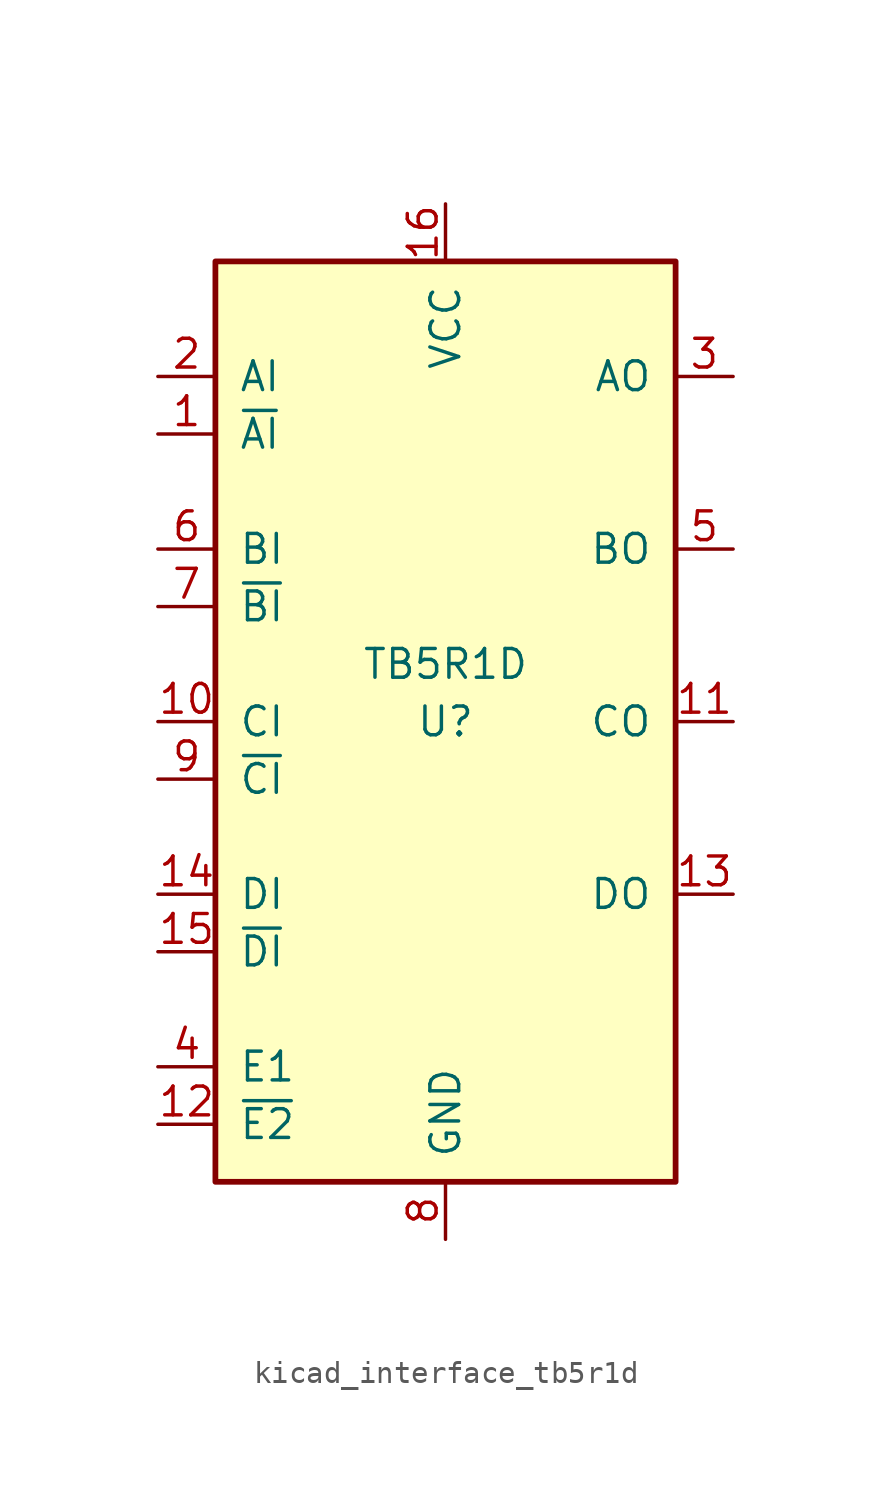
<source format=kicad_sym>
(kicad_symbol_lib
  (version 20220914)
  (generator kicad_symbol_editor)
  (symbol "kicad_interface_tb5r1d"
    (pin_names
      (offset 1.016))
    (property "Reference" "U"
      (at 0 0 0)
      (effects (font (size 1.27 1.27))))
    (property "Value" "TB5R1D"
      (at 0 2.54 0)
      (effects (font (size 1.27 1.27))))
    (symbol "kicad_interface_tb5r1d_0_1"
      (rectangle (start 10.16 -20.32) (end -10.16 20.32) (stroke (width 0.254) (type default)) (fill (type background))))
    (symbol "kicad_interface_tb5r1d_1_1"
      (pin input line (at -12.7 12.7 0) (length 2.54) (name "~{AI}" (effects (font (size 1.27 1.27)))) (number "1" (effects (font (size 1.27 1.27)))))
      (pin input line (at -12.7 0 0) (length 2.54) (name "CI" (effects (font (size 1.27 1.27)))) (number "10" (effects (font (size 1.27 1.27)))))
      (pin output line (at 12.7 0 180) (length 2.54) (name "CO" (effects (font (size 1.27 1.27)))) (number "11" (effects (font (size 1.27 1.27)))))
      (pin input line (at -12.7 -17.78 0) (length 2.54) (name "~{E2}" (effects (font (size 1.27 1.27)))) (number "12" (effects (font (size 1.27 1.27)))))
      (pin output line (at 12.7 -7.62 180) (length 2.54) (name "DO" (effects (font (size 1.27 1.27)))) (number "13" (effects (font (size 1.27 1.27)))))
      (pin input line (at -12.7 -7.62 0) (length 2.54) (name "DI" (effects (font (size 1.27 1.27)))) (number "14" (effects (font (size 1.27 1.27)))))
      (pin input line (at -12.7 -10.16 0) (length 2.54) (name "~{DI}" (effects (font (size 1.27 1.27)))) (number "15" (effects (font (size 1.27 1.27)))))
      (pin power_in line (at 0 22.86 270) (length 2.54) (name "VCC" (effects (font (size 1.27 1.27)))) (number "16" (effects (font (size 1.27 1.27)))))
      (pin input line (at -12.7 15.24 0) (length 2.54) (name "AI" (effects (font (size 1.27 1.27)))) (number "2" (effects (font (size 1.27 1.27)))))
      (pin output line (at 12.7 15.24 180) (length 2.54) (name "AO" (effects (font (size 1.27 1.27)))) (number "3" (effects (font (size 1.27 1.27)))))
      (pin input line (at -12.7 -15.24 0) (length 2.54) (name "E1" (effects (font (size 1.27 1.27)))) (number "4" (effects (font (size 1.27 1.27)))))
      (pin output line (at 12.7 7.62 180) (length 2.54) (name "BO" (effects (font (size 1.27 1.27)))) (number "5" (effects (font (size 1.27 1.27)))))
      (pin input line (at -12.7 7.62 0) (length 2.54) (name "BI" (effects (font (size 1.27 1.27)))) (number "6" (effects (font (size 1.27 1.27)))))
      (pin input line (at -12.7 5.08 0) (length 2.54) (name "~{BI}" (effects (font (size 1.27 1.27)))) (number "7" (effects (font (size 1.27 1.27)))))
      (pin power_in line (at 0 -22.86 90) (length 2.54) (name "GND" (effects (font (size 1.27 1.27)))) (number "8" (effects (font (size 1.27 1.27)))))
      (pin input line (at -12.7 -2.54 0) (length 2.54) (name "~{CI}" (effects (font (size 1.27 1.27)))) (number "9" (effects (font (size 1.27 1.27))))))))
</source>
